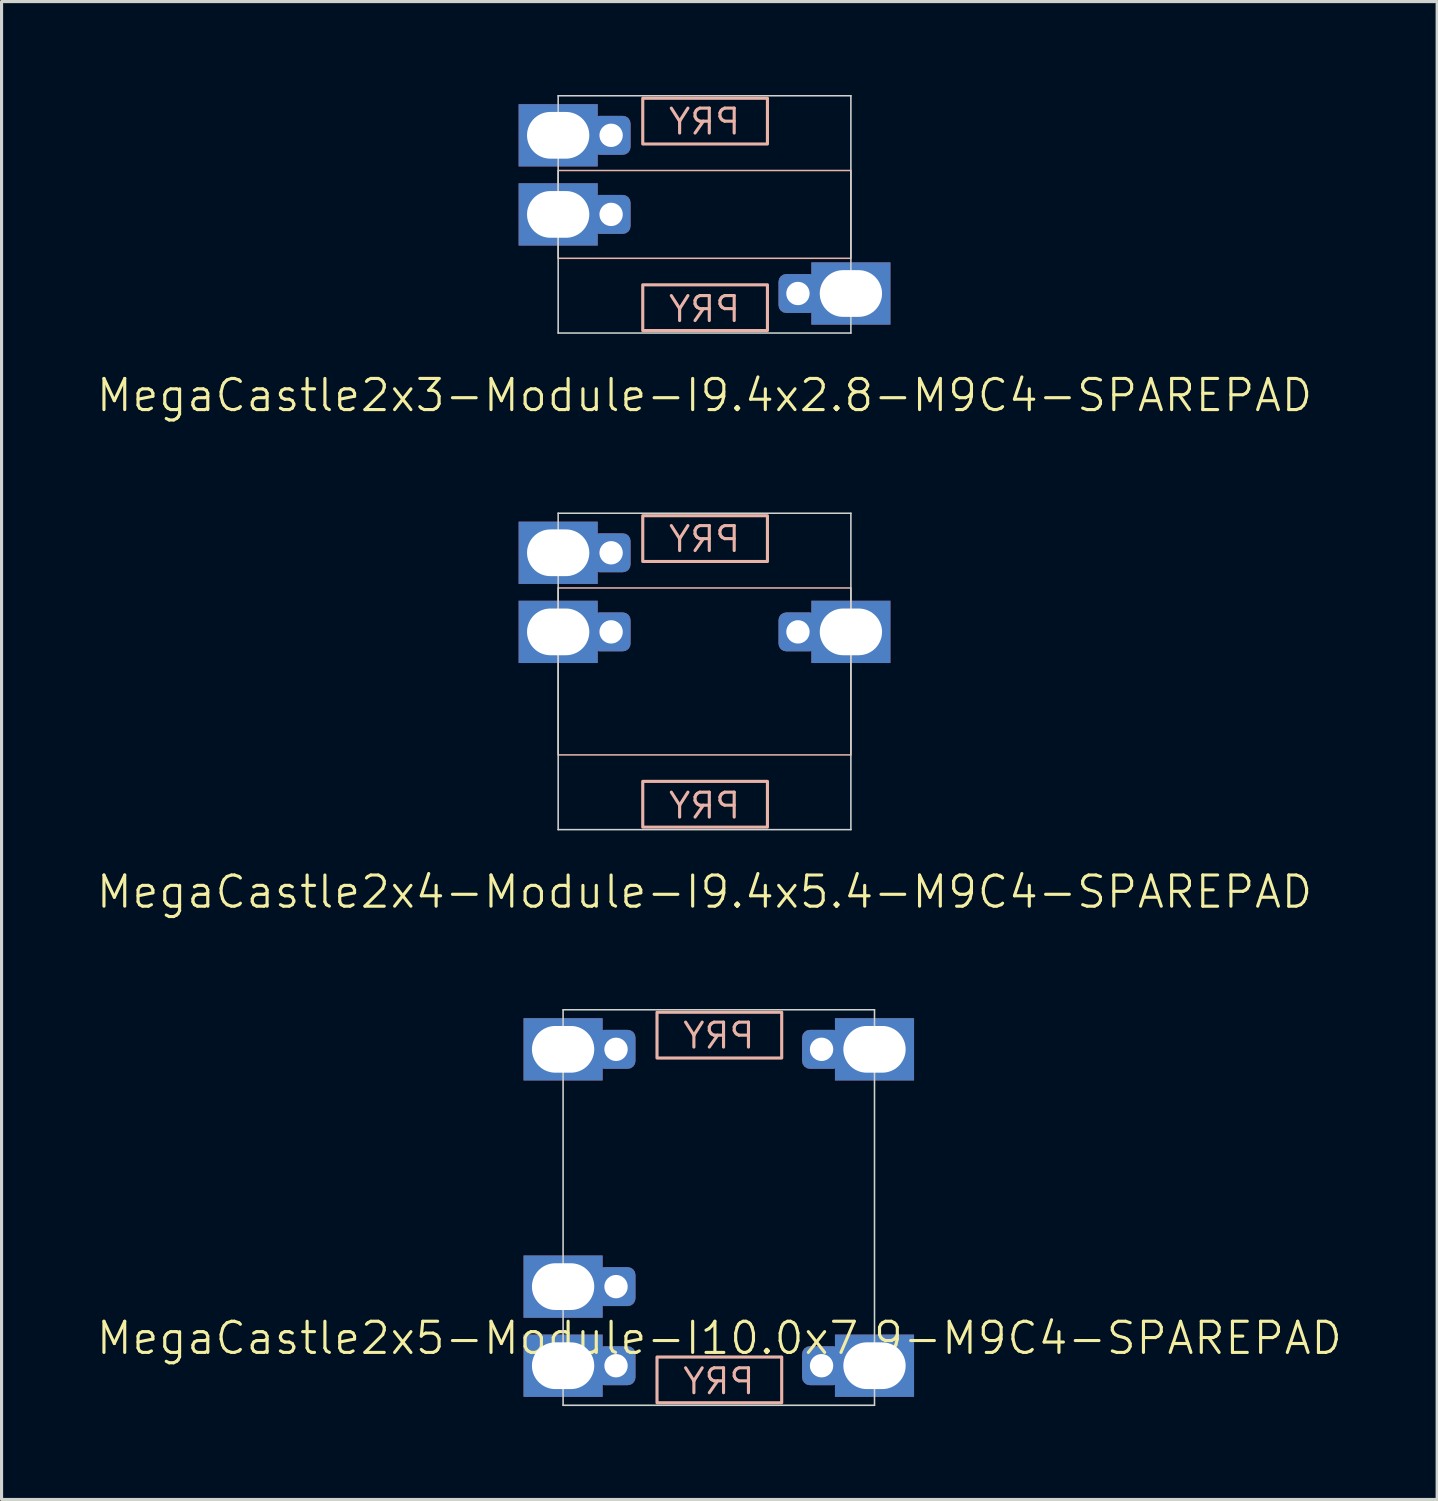
<source format=kicad_pcb>
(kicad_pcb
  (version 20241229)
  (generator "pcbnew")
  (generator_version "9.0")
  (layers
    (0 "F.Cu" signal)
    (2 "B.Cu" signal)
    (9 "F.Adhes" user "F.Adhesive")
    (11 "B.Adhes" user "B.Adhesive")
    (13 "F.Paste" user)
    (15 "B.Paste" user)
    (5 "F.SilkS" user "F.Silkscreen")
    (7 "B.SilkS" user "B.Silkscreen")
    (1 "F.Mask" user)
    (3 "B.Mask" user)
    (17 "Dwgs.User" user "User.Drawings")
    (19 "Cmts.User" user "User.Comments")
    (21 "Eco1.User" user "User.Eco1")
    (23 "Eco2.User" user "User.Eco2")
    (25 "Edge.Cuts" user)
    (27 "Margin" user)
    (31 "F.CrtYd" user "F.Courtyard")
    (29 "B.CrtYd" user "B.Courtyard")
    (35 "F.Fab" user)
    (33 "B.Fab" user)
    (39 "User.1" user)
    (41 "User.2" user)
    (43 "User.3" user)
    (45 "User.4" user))
  (footprint "MegaCastle2x5-Module-I10.0x7.9-M9C4-SPAREPAD"
    (layer "F.Cu")
    (at 20.032 35.726)
    (property "Reference" "MegaCastle2x5-Module-I10.0x7.9-M9C4-SPAREPAD" (at 0.018 4.195 0) (unlocked yes) (layer "F.SilkS") (effects (font (size 1 1) (thickness 0.1))))
    (attr smd)
    (fp_rect (start -1.984 -4.801) (end 2.02 -6.27) (stroke (width 0.1) (type default)) (fill no) (layer "B.SilkS"))
    (fp_rect (start -1.984 4.801) (end 2.02 6.27) (stroke (width 0.1) (type default)) (fill no) (layer "B.SilkS"))
    (fp_line (start -5 -6.35) (end -5 6.35) (stroke (width 0.05) (type default)) (layer "Edge.Cuts"))
    (fp_line (start -5 -6.35) (end 5 -6.35) (stroke (width 0.05) (type default)) (layer "Edge.Cuts"))
    (fp_line (start -5 6.35) (end 5 6.35) (stroke (width 0.05) (type default)) (layer "Edge.Cuts"))
    (fp_line (start 5 -6.35) (end 5 6.35) (stroke (width 0.05) (type default)) (layer "Edge.Cuts"))
    (fp_text user "PRY" (at 0 6.05 0) (unlocked yes) (layer "B.SilkS") (effects (font (size 0.8 0.8) (thickness 0.1)) (justify bottom mirror)))
    (fp_text user "PRY" (at 0 -5.05 0) (unlocked yes) (layer "B.SilkS") (effects (font (size 0.8 0.8) (thickness 0.1)) (justify bottom mirror)))
    (pad "1" thru_hole rect (at -5 -5.08) (size 2.54 2) (drill oval 2 1.5) (property pad_prop_castellated) (layers "*.Cu" "*.Mask"))
    (pad "1" thru_hole roundrect (at -3.3 -5.08 180) (size 1.25 1.25) (drill 0.75) (layers "*.Cu" "*.Mask") (roundrect_rratio 0.2))
    (pad "4" thru_hole rect (at -5 2.54) (size 2.54 2) (drill oval 2 1.5) (property pad_prop_castellated) (layers "*.Cu" "*.Mask"))
    (pad "4" thru_hole roundrect (at -3.3 2.54 180) (size 1.25 1.25) (drill 0.75) (layers "*.Cu" "*.Mask") (roundrect_rratio 0.2))
    (pad "5" thru_hole rect (at -5 5.08) (size 2.54 2) (drill oval 2 1.5) (property pad_prop_castellated) (layers "*.Cu" "*.Mask"))
    (pad "5" thru_hole roundrect (at -3.3 5.08 180) (size 1.25 1.25) (drill 0.75) (layers "*.Cu" "*.Mask") (roundrect_rratio 0.2))
    (pad "6" thru_hole roundrect (at 3.3 -5.08 180) (size 1.25 1.25) (drill 0.75) (layers "*.Cu" "*.Mask") (roundrect_rratio 0.2))
    (pad "6" thru_hole rect (at 5 -5.08) (size 2.54 2) (drill oval 2 1.5) (property pad_prop_castellated) (layers "*.Cu" "*.Mask"))
    (pad "10" thru_hole roundrect (at 3.3 5.08 180) (size 1.25 1.25) (drill 0.75) (layers "*.Cu" "*.Mask") (roundrect_rratio 0.2))
    (pad "10" thru_hole rect (at 5 5.08) (size 2.54 2) (drill oval 2 1.5) (property pad_prop_castellated) (layers "*.Cu" "*.Mask"))
    (zone (net_name "") (layer "B.Cu") (hatch edge 0.5) (connect_pads) (min_thickness 0.25) (filled_areas_thickness no) (keepout (tracks allowed) (vias allowed) (pads allowed) (copperpour allowed) (footprints not_allowed)) (placement (enabled no)) (fill) (polygon (pts (xy 15.032 29.376) (xy 15.032 31.776) (xy 25.032 31.776) (xy 25.032 29.376))))
    (zone (net_name "") (layer "B.Cu") (hatch edge 0.5) (connect_pads) (min_thickness 0.25) (filled_areas_thickness no) (keepout (tracks allowed) (vias allowed) (pads allowed) (copperpour allowed) (footprints not_allowed)) (placement (enabled no)) (fill) (polygon (pts (xy 15.032 42.076) (xy 15.032 39.676) (xy 25.032 39.676) (xy 25.032 42.076))))
    (zone (net_name "") (layer "B.Cu") (name "Upper Pry Zone") (hatch edge 0.5) (connect_pads) (min_thickness 0.25) (filled_areas_thickness no) (keepout (tracks not_allowed) (vias not_allowed) (pads not_allowed) (copperpour allowed) (footprints not_allowed)) (placement (enabled no)) (fill) (polygon (pts (xy 18.048 30.925) (xy 18.048 29.456) (xy 22.052 29.456) (xy 22.052 30.925))))
    (zone (net_name "") (layer "B.Cu") (name "Upper Pry Zone") (hatch edge 0.5) (connect_pads) (min_thickness 0.25) (filled_areas_thickness no) (keepout (tracks not_allowed) (vias not_allowed) (pads not_allowed) (copperpour allowed) (footprints not_allowed)) (placement (enabled no)) (fill) (polygon (pts (xy 18.048 40.527) (xy 18.048 41.996) (xy 22.052 41.996) (xy 22.052 40.527)))))
  (footprint "MegaCastle2x4-Module-I9.4x5.4-M9C4-SPAREPAD"
    (layer "F.Cu")
    (at 19.574 18.511)
    (property "Reference" "MegaCastle2x4-Module-I9.4x5.4-M9C4-SPAREPAD" (at 0 7.08 0) (unlocked yes) (layer "F.SilkS") (effects (font (size 1 1) (thickness 0.1))))
    (attr smd)
    (fp_rect (start -4.7 2.68) (end 4.7 -2.68) (stroke (width 0.05) (type default)) (fill no) (layer "B.SilkS"))
    (fp_rect (start -1.984 -3.531) (end 2.02 -5) (stroke (width 0.1) (type default)) (fill no) (layer "B.SilkS"))
    (fp_rect (start -1.984 3.531) (end 2.02 5) (stroke (width 0.1) (type default)) (fill no) (layer "B.SilkS"))
    (fp_line (start -4.7 -5.08) (end -4.7 5.08) (stroke (width 0.05) (type default)) (layer "Edge.Cuts"))
    (fp_line (start -4.7 -5.08) (end 4.7 -5.08) (stroke (width 0.05) (type default)) (layer "Edge.Cuts"))
    (fp_line (start -4.7 5.08) (end 4.7 5.08) (stroke (width 0.05) (type default)) (layer "Edge.Cuts"))
    (fp_line (start 4.7 -5.08) (end 4.7 5.08) (stroke (width 0.05) (type default)) (layer "Edge.Cuts"))
    (fp_text user "PRY" (at 0 -3.78 0) (unlocked yes) (layer "B.SilkS") (effects (font (size 0.8 0.8) (thickness 0.1)) (justify bottom mirror)))
    (fp_text user "PRY" (at 0 4.78 0) (unlocked yes) (layer "B.SilkS") (effects (font (size 0.8 0.8) (thickness 0.1)) (justify bottom mirror)))
    (pad "1" thru_hole rect (at -4.7 -3.81) (size 2.54 2) (drill oval 2 1.5) (property pad_prop_castellated) (layers "*.Cu" "*.Mask"))
    (pad "1" thru_hole roundrect (at -3 -3.81 180) (size 1.25 1.25) (drill 0.75) (layers "*.Cu" "*.Mask") (roundrect_rratio 0.2))
    (pad "2" thru_hole rect (at -4.7 -1.27) (size 2.54 2) (drill oval 2 1.5) (property pad_prop_castellated) (layers "*.Cu" "*.Mask"))
    (pad "2" thru_hole roundrect (at -3 -1.27 180) (size 1.25 1.25) (drill 0.75) (layers "*.Cu" "*.Mask") (roundrect_rratio 0.2))
    (pad "6" thru_hole roundrect (at 3 -1.27 180) (size 1.25 1.25) (drill 0.75) (layers "*.Cu" "*.Mask") (roundrect_rratio 0.2))
    (pad "6" thru_hole rect (at 4.7 -1.27) (size 2.54 2) (drill oval 2 1.5) (property pad_prop_castellated) (layers "*.Cu" "*.Mask"))
    (zone (net_name "") (layer "B.Cu") (hatch edge 0.5) (connect_pads) (min_thickness 0.25) (filled_areas_thickness no) (keepout (tracks allowed) (vias allowed) (pads allowed) (copperpour allowed) (footprints not_allowed)) (placement (enabled no)) (fill) (polygon (pts (xy 14.874 23.59) (xy 14.874 13.431))))
    (zone (net_name "") (layer "B.Cu") (hatch edge 0.5) (connect_pads) (min_thickness 0.25) (filled_areas_thickness no) (keepout (tracks allowed) (vias allowed) (pads allowed) (copperpour allowed) (footprints not_allowed)) (placement (enabled no)) (fill) (polygon (pts (xy 24.274 23.59) (xy 24.274 13.431))))
    (zone (net_name "") (layer "B.Cu") (hatch edge 0.5) (connect_pads) (min_thickness 0.25) (filled_areas_thickness no) (keepout (tracks allowed) (vias allowed) (pads allowed) (copperpour allowed) (footprints not_allowed)) (placement (enabled no)) (fill) (polygon (pts (xy 14.874 13.431) (xy 14.874 15.831) (xy 24.274 15.831) (xy 24.274 13.431))))
    (zone (net_name "") (layer "B.Cu") (hatch edge 0.5) (connect_pads) (min_thickness 0.25) (filled_areas_thickness no) (keepout (tracks allowed) (vias allowed) (pads allowed) (copperpour allowed) (footprints not_allowed)) (placement (enabled no)) (fill) (polygon (pts (xy 14.874 23.59) (xy 14.874 21.191) (xy 24.274 21.191) (xy 24.274 23.59))))
    (zone (net_name "") (layer "B.Cu") (name "Upper Pry Zone") (hatch edge 0.5) (connect_pads) (min_thickness 0.25) (filled_areas_thickness no) (keepout (tracks not_allowed) (vias not_allowed) (pads not_allowed) (copperpour allowed) (footprints not_allowed)) (placement (enabled no)) (fill) (polygon (pts (xy 17.59 14.979) (xy 17.59 13.511) (xy 21.593 13.511) (xy 21.593 14.979))))
    (zone (net_name "") (layer "B.Cu") (name "Upper Pry Zone") (hatch edge 0.5) (connect_pads) (min_thickness 0.25) (filled_areas_thickness no) (keepout (tracks not_allowed) (vias not_allowed) (pads not_allowed) (copperpour allowed) (footprints not_allowed)) (placement (enabled no)) (fill) (polygon (pts (xy 17.59 22.042) (xy 17.59 23.511) (xy 21.593 23.511) (xy 21.593 22.042)))))
  (footprint "MegaCastle2x3-Module-I9.4x2.8-M9C4-SPAREPAD"
    (layer "F.Cu")
    (at 19.574 3.835)
    (property "Reference" "MegaCastle2x3-Module-I9.4x2.8-M9C4-SPAREPAD" (at 0 5.81 0) (unlocked yes) (layer "F.SilkS") (effects (font (size 1 1) (thickness 0.1))))
    (attr smd)
    (fp_rect (start -4.7 1.41) (end 4.7 -1.41) (stroke (width 0.05) (type default)) (fill no) (layer "B.SilkS"))
    (fp_rect (start -1.984 -2.261) (end 2.02 -3.73) (stroke (width 0.1) (type default)) (fill no) (layer "B.SilkS"))
    (fp_rect (start -1.984 2.261) (end 2.02 3.73) (stroke (width 0.1) (type default)) (fill no) (layer "B.SilkS"))
    (fp_line (start -4.7 -3.81) (end -4.7 3.81) (stroke (width 0.05) (type default)) (layer "Edge.Cuts"))
    (fp_line (start -4.7 -3.81) (end 4.7 -3.81) (stroke (width 0.05) (type default)) (layer "Edge.Cuts"))
    (fp_line (start -4.7 3.81) (end 4.7 3.81) (stroke (width 0.05) (type default)) (layer "Edge.Cuts"))
    (fp_line (start 4.7 -3.81) (end 4.7 3.81) (stroke (width 0.05) (type default)) (layer "Edge.Cuts"))
    (fp_text user "PRY" (at 0 -2.51 0) (unlocked yes) (layer "B.SilkS") (effects (font (size 0.8 0.8) (thickness 0.1)) (justify bottom mirror)))
    (fp_text user "PRY" (at 0 3.51 0) (unlocked yes) (layer "B.SilkS") (effects (font (size 0.8 0.8) (thickness 0.1)) (justify bottom mirror)))
    (pad "1" thru_hole rect (at -4.7 -2.54) (size 2.54 2) (drill oval 2 1.5) (property pad_prop_castellated) (layers "*.Cu" "*.Mask"))
    (pad "1" thru_hole roundrect (at -3 -2.54 180) (size 1.25 1.25) (drill 0.75) (layers "*.Cu" "*.Mask") (roundrect_rratio 0.2))
    (pad "2" thru_hole rect (at -4.7 0) (size 2.54 2) (drill oval 2 1.5) (property pad_prop_castellated) (layers "*.Cu" "*.Mask"))
    (pad "2" thru_hole roundrect (at -3 0 180) (size 1.25 1.25) (drill 0.75) (layers "*.Cu" "*.Mask") (roundrect_rratio 0.2))
    (pad "6" thru_hole roundrect (at 3 2.54 180) (size 1.25 1.25) (drill 0.75) (layers "*.Cu" "*.Mask") (roundrect_rratio 0.2))
    (pad "6" thru_hole rect (at 4.7 2.54) (size 2.54 2) (drill oval 2 1.5) (property pad_prop_castellated) (layers "*.Cu" "*.Mask"))
    (zone (net_name "") (layer "B.Cu") (hatch edge 0.5) (connect_pads) (min_thickness 0.25) (filled_areas_thickness no) (keepout (tracks allowed) (vias allowed) (pads allowed) (copperpour allowed) (footprints not_allowed)) (placement (enabled no)) (fill) (polygon (pts (xy 14.874 7.645) (xy 14.874 0.025))))
    (zone (net_name "") (layer "B.Cu") (hatch edge 0.5) (connect_pads) (min_thickness 0.25) (filled_areas_thickness no) (keepout (tracks allowed) (vias allowed) (pads allowed) (copperpour allowed) (footprints not_allowed)) (placement (enabled no)) (fill) (polygon (pts (xy 24.274 7.645) (xy 24.274 0.025))))
    (zone (net_name "") (layer "B.Cu") (hatch edge 0.5) (connect_pads) (min_thickness 0.25) (filled_areas_thickness no) (keepout (tracks allowed) (vias allowed) (pads allowed) (copperpour allowed) (footprints not_allowed)) (placement (enabled no)) (fill) (polygon (pts (xy 14.874 0.025) (xy 14.874 2.425) (xy 24.274 2.425) (xy 24.274 0.025))))
    (zone (net_name "") (layer "B.Cu") (hatch edge 0.5) (connect_pads) (min_thickness 0.25) (filled_areas_thickness no) (keepout (tracks allowed) (vias allowed) (pads allowed) (copperpour allowed) (footprints not_allowed)) (placement (enabled no)) (fill) (polygon (pts (xy 14.874 7.645) (xy 14.874 5.245) (xy 24.274 5.245) (xy 24.274 7.645))))
    (zone (net_name "") (layer "B.Cu") (name "Upper Pry Zone") (hatch edge 0.5) (connect_pads) (min_thickness 0.25) (filled_areas_thickness no) (keepout (tracks not_allowed) (vias not_allowed) (pads not_allowed) (copperpour allowed) (footprints not_allowed)) (placement (enabled no)) (fill) (polygon (pts (xy 17.59 1.574) (xy 17.59 0.105) (xy 21.593 0.105) (xy 21.593 1.574))))
    (zone (net_name "") (layer "B.Cu") (name "Upper Pry Zone") (hatch edge 0.5) (connect_pads) (min_thickness 0.25) (filled_areas_thickness no) (keepout (tracks not_allowed) (vias not_allowed) (pads not_allowed) (copperpour allowed) (footprints not_allowed)) (placement (enabled no)) (fill) (polygon (pts (xy 17.59 6.096) (xy 17.59 7.565) (xy 21.593 7.565) (xy 21.593 6.096)))))
  (gr_rect
    (start -3 -3)
    (end 43.1 45.101)
    (stroke (width 0.1) (type default))
    (fill no)
    (layer "Edge.Cuts")))
</source>
